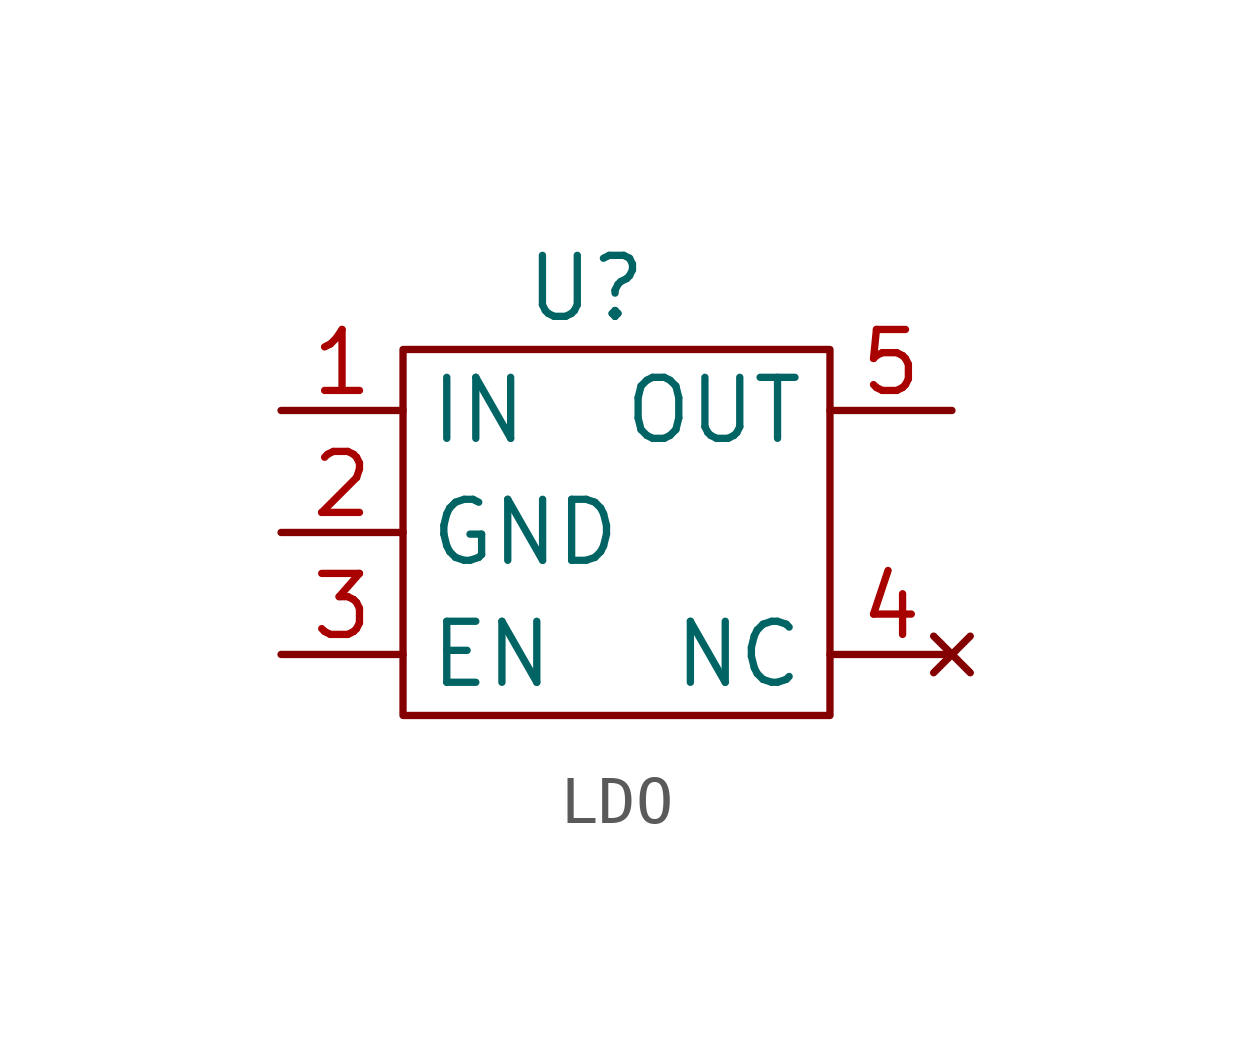
<source format=kicad_sym>
(kicad_symbol_lib
  (version 20231120)
  (generator "kicad_symbol_editor")
  (generator_version "8.0")
  (symbol "LDO"
    (property "Reference" "U"
      (at 0 0 0)
      (effects (font (size 1.27 1.27))))
    (property "Value" ""
      (at 0 0 0)
      (effects (font (size 1.27 1.27))))
    (symbol "LDO_0_1"
      (rectangle (start -3.81 -1.27) (end 5.08 -8.89) (stroke (width 0) (type default)) (fill (type none))))
    (symbol "LDO_1_1"
      (pin input line (at -6.35 -2.54 0) (length 2.54) (name "IN" (effects (font (size 1.27 1.27)))) (number "1" (effects (font (size 1.27 1.27)))))
      (pin input line (at -6.35 -5.08 0) (length 2.54) (name "GND" (effects (font (size 1.27 1.27)))) (number "2" (effects (font (size 1.27 1.27)))))
      (pin input line (at -6.35 -7.62 0) (length 2.54) (name "EN" (effects (font (size 1.27 1.27)))) (number "3" (effects (font (size 1.27 1.27)))))
      (pin no_connect line (at 7.62 -7.62 180) (length 2.54) (name "NC" (effects (font (size 1.27 1.27)))) (number "4" (effects (font (size 1.27 1.27)))))
      (pin input line (at 7.62 -2.54 180) (length 2.54) (name "OUT" (effects (font (size 1.27 1.27)))) (number "5" (effects (font (size 1.27 1.27))))))))
</source>
